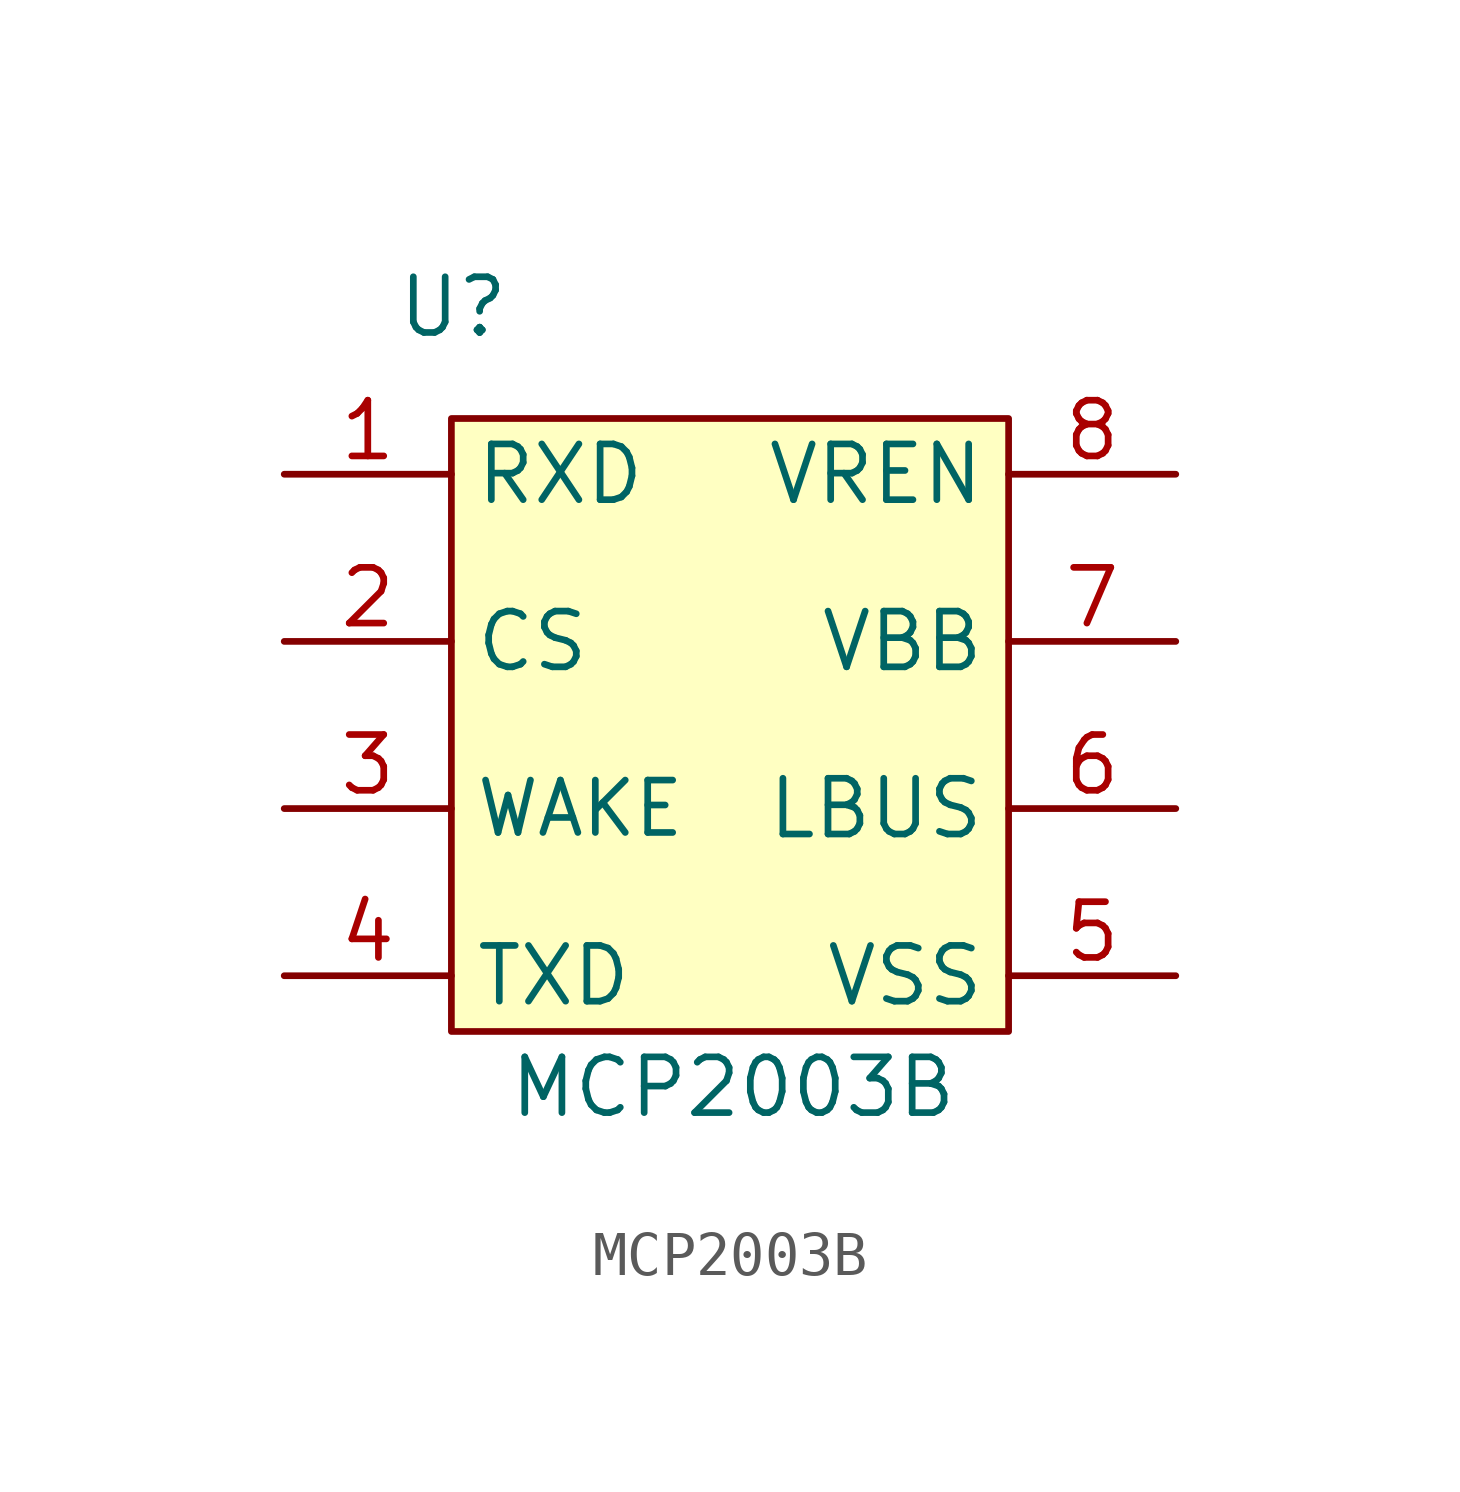
<source format=kicad_sym>
(kicad_symbol_lib
  (version 20210619)
  (generator kicad_symbol_editor)
  (symbol "megadesk:MCP2003B"
    (property "Reference" "U"
      (at -7.62 8.89 0)
      (effects (font (size 1.27 1.27)) (justify left)))
    (property "Value" "MCP2003B"
      (at -5.08 -8.89 0)
      (effects (font (size 1.27 1.27)) (justify left)))
    (symbol "MCP2003B_0_0"
      (pin input line (at -10.16 5.08 0) (length 3.81) (name "RXD" (effects (font (size 1.27 1.27)))) (number "1" (effects (font (size 1.27 1.27)))))
      (pin output line (at 10.16 5.08 180) (length 3.81) (name "VREN" (effects (font (size 1.27 1.27)))) (number "8" (effects (font (size 1.27 1.27))))))
    (symbol "MCP2003B_0_1"
      (rectangle (start 6.35 6.35) (end -6.35 -7.62) (stroke (width 0)) (fill (type background))))
    (symbol "MCP2003B_1_1"
      (pin input line (at -10.16 1.27 0) (length 3.81) (name "CS" (effects (font (size 1.27 1.27)))) (number "2" (effects (font (size 1.27 1.27)))))
      (pin input line (at -10.16 -2.54 0) (length 3.81) (name "WAKE" (effects (font (size 1.194 1.194)))) (number "3" (effects (font (size 1.27 1.27)))))
      (pin output line (at -10.16 -6.35 0) (length 3.81) (name "TXD" (effects (font (size 1.27 1.27)))) (number "4" (effects (font (size 1.27 1.27)))))
      (pin power_in line (at 10.16 -6.35 180) (length 3.81) (name "VSS" (effects (font (size 1.27 1.27)))) (number "5" (effects (font (size 1.27 1.27)))))
      (pin bidirectional line (at 10.16 -2.54 180) (length 3.81) (name "LBUS" (effects (font (size 1.27 1.27)))) (number "6" (effects (font (size 1.27 1.27)))))
      (pin power_in line (at 10.16 1.27 180) (length 3.81) (name "VBB" (effects (font (size 1.27 1.27)))) (number "7" (effects (font (size 1.27 1.27))))))))
</source>
